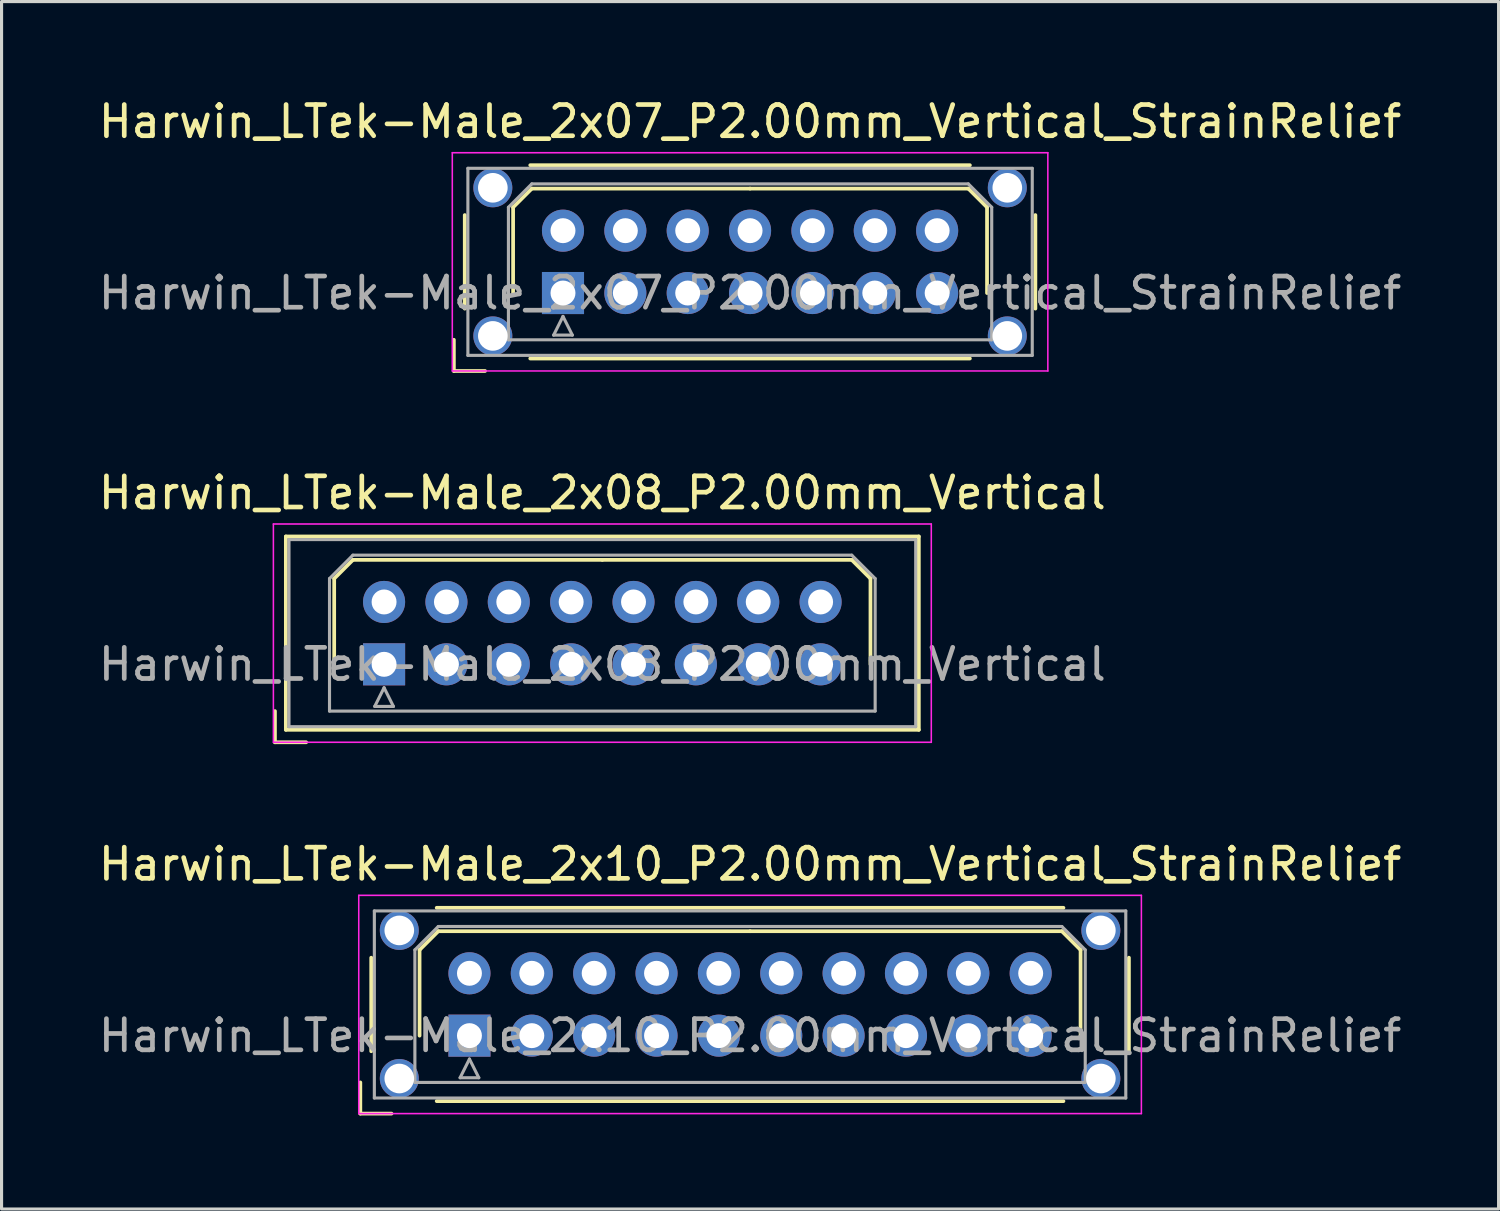
<source format=kicad_pcb>
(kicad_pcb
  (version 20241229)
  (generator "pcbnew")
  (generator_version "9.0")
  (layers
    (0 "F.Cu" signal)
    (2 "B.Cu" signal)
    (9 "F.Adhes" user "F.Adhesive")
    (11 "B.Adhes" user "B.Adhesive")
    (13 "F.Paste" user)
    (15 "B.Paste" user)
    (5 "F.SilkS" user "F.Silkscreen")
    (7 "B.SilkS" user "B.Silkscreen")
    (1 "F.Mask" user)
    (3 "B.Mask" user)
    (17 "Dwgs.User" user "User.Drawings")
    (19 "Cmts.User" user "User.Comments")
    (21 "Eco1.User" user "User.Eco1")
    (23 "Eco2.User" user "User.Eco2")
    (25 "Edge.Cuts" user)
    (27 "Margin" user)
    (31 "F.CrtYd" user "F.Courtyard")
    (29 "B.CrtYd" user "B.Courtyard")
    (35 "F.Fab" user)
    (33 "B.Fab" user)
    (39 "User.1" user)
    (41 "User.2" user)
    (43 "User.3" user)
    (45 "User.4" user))
  (footprint "Harwin_LTek-Male_2x07_P2.00mm_Vertical_StrainRelief"
    (layer "F.Cu")
    (at 15.006 6.348)
    (property "Reference" "Harwin_LTek-Male_2x07_P2.00mm_Vertical_StrainRelief" (at 6 -5.5 0) (layer "F.SilkS") (effects (font (size 1 1) (thickness 0.15))))
    (attr through_hole)
    (fp_line (start -3.5 1.5) (end -3.5 2.5) (stroke (width 0.12) (type solid)) (layer "F.SilkS"))
    (fp_line (start -3.5 2.5) (end -2.5 2.5) (stroke (width 0.12) (type solid)) (layer "F.SilkS"))
    (fp_line (start -3.15 -2.5) (end -3.15 0.5) (stroke (width 0.12) (type solid)) (layer "F.SilkS"))
    (fp_line (start -1.6 -2.75) (end -1 -3.35) (stroke (width 0.12) (type solid)) (layer "F.SilkS"))
    (fp_line (start -1.6 0) (end -1.6 -2.75) (stroke (width 0.12) (type solid)) (layer "F.SilkS"))
    (fp_line (start -1.05 -4.1) (end 13.05 -4.1) (stroke (width 0.12) (type solid)) (layer "F.SilkS"))
    (fp_line (start -1.05 2.1) (end 13.05 2.1) (stroke (width 0.12) (type solid)) (layer "F.SilkS"))
    (fp_line (start -1 -3.35) (end 6 -3.35) (stroke (width 0.12) (type solid)) (layer "F.SilkS"))
    (fp_line (start 13 -3.35) (end 6 -3.35) (stroke (width 0.12) (type solid)) (layer "F.SilkS"))
    (fp_line (start 13.6 -2.75) (end 13 -3.35) (stroke (width 0.12) (type solid)) (layer "F.SilkS"))
    (fp_line (start 13.6 0) (end 13.6 -2.75) (stroke (width 0.12) (type solid)) (layer "F.SilkS"))
    (fp_line (start 15.15 -2.5) (end 15.15 0.5) (stroke (width 0.12) (type solid)) (layer "F.SilkS"))
    (fp_line (start -3.55 -4.5) (end -3.55 2.5) (stroke (width 0.05) (type solid)) (layer "F.CrtYd"))
    (fp_line (start -3.55 2.5) (end 15.55 2.5) (stroke (width 0.05) (type solid)) (layer "F.CrtYd"))
    (fp_line (start 15.55 -4.5) (end -3.55 -4.5) (stroke (width 0.05) (type solid)) (layer "F.CrtYd"))
    (fp_line (start 15.55 2.5) (end 15.55 -4.5) (stroke (width 0.05) (type solid)) (layer "F.CrtYd"))
    (fp_line (start -3.05 -4) (end -3.05 2) (stroke (width 0.1) (type solid)) (layer "F.Fab"))
    (fp_line (start -3.05 2) (end 15.05 2) (stroke (width 0.1) (type solid)) (layer "F.Fab"))
    (fp_line (start -1.75 -2.75) (end -1 -3.5) (stroke (width 0.1) (type solid)) (layer "F.Fab"))
    (fp_line (start -1.75 1.5) (end -1.75 -2.75) (stroke (width 0.1) (type solid)) (layer "F.Fab"))
    (fp_line (start -1 -3.5) (end 13 -3.5) (stroke (width 0.1) (type solid)) (layer "F.Fab"))
    (fp_line (start -0.3 1.35) (end 0.3 1.35) (stroke (width 0.1) (type solid)) (layer "F.Fab"))
    (fp_line (start 0 0.75) (end -0.3 1.35) (stroke (width 0.1) (type solid)) (layer "F.Fab"))
    (fp_line (start 0.3 1.35) (end 0 0.75) (stroke (width 0.1) (type solid)) (layer "F.Fab"))
    (fp_line (start 13 -3.5) (end 13.75 -2.75) (stroke (width 0.1) (type solid)) (layer "F.Fab"))
    (fp_line (start 13.75 -2.75) (end 13.75 1.5) (stroke (width 0.1) (type solid)) (layer "F.Fab"))
    (fp_line (start 13.75 1.5) (end -1.75 1.5) (stroke (width 0.1) (type solid)) (layer "F.Fab"))
    (fp_line (start 15.05 -4) (end -3.05 -4) (stroke (width 0.1) (type solid)) (layer "F.Fab"))
    (fp_line (start 15.05 2) (end 15.05 -4) (stroke (width 0.1) (type solid)) (layer "F.Fab"))
    (fp_text user "${REFERENCE}" (at 6 0 0) (layer "F.Fab") (effects (font (size 1 1) (thickness 0.15))))
    (pad "" thru_hole circle (at -2.25 -3.375) (size 1.25 1.25) (drill 0.95) (layers "*.Cu" "*.Mask"))
    (pad "" thru_hole circle (at -2.25 1.375) (size 1.25 1.25) (drill 0.95) (layers "*.Cu" "*.Mask"))
    (pad "" thru_hole circle (at 14.25 -3.375) (size 1.25 1.25) (drill 0.95) (layers "*.Cu" "*.Mask"))
    (pad "" thru_hole circle (at 14.25 1.375) (size 1.25 1.25) (drill 0.95) (layers "*.Cu" "*.Mask"))
    (pad "1" thru_hole rect (at 0 0) (size 1.35 1.35) (drill 0.8) (layers "*.Cu" "*.Mask"))
    (pad "2" thru_hole circle (at 0 -2) (size 1.35 1.35) (drill 0.8) (layers "*.Cu" "*.Mask"))
    (pad "3" thru_hole circle (at 2 0) (size 1.35 1.35) (drill 0.8) (layers "*.Cu" "*.Mask"))
    (pad "4" thru_hole circle (at 2 -2) (size 1.35 1.35) (drill 0.8) (layers "*.Cu" "*.Mask"))
    (pad "5" thru_hole circle (at 4 0) (size 1.35 1.35) (drill 0.8) (layers "*.Cu" "*.Mask"))
    (pad "6" thru_hole circle (at 4 -2) (size 1.35 1.35) (drill 0.8) (layers "*.Cu" "*.Mask"))
    (pad "7" thru_hole circle (at 6 0) (size 1.35 1.35) (drill 0.8) (layers "*.Cu" "*.Mask"))
    (pad "8" thru_hole circle (at 6 -2) (size 1.35 1.35) (drill 0.8) (layers "*.Cu" "*.Mask"))
    (pad "9" thru_hole circle (at 8 0) (size 1.35 1.35) (drill 0.8) (layers "*.Cu" "*.Mask"))
    (pad "10" thru_hole circle (at 8 -2) (size 1.35 1.35) (drill 0.8) (layers "*.Cu" "*.Mask"))
    (pad "11" thru_hole circle (at 10 0) (size 1.35 1.35) (drill 0.8) (layers "*.Cu" "*.Mask"))
    (pad "12" thru_hole circle (at 10 -2) (size 1.35 1.35) (drill 0.8) (layers "*.Cu" "*.Mask"))
    (pad "13" thru_hole circle (at 12 0) (size 1.35 1.35) (drill 0.8) (layers "*.Cu" "*.Mask"))
    (pad "14" thru_hole circle (at 12 -2) (size 1.35 1.35) (drill 0.8) (layers "*.Cu" "*.Mask")))
  (footprint "Harwin_LTek-Male_2x08_P2.00mm_Vertical"
    (layer "F.Cu")
    (at 9.268 18.256)
    (property "Reference" "Harwin_LTek-Male_2x08_P2.00mm_Vertical" (at 7 -5.5 0) (layer "F.SilkS") (effects (font (size 1 1) (thickness 0.15))))
    (attr through_hole)
    (fp_line (start -3.5 1.5) (end -3.5 2.5) (stroke (width 0.12) (type solid)) (layer "F.SilkS"))
    (fp_line (start -3.5 2.5) (end -2.5 2.5) (stroke (width 0.12) (type solid)) (layer "F.SilkS"))
    (fp_line (start -3.15 -4.1) (end -3.15 2.1) (stroke (width 0.12) (type solid)) (layer "F.SilkS"))
    (fp_line (start -3.15 2.1) (end 17.15 2.1) (stroke (width 0.12) (type solid)) (layer "F.SilkS"))
    (fp_line (start -1.6 -2.75) (end -1 -3.35) (stroke (width 0.12) (type solid)) (layer "F.SilkS"))
    (fp_line (start -1.6 0) (end -1.6 -2.75) (stroke (width 0.12) (type solid)) (layer "F.SilkS"))
    (fp_line (start -1 -3.35) (end 7 -3.35) (stroke (width 0.12) (type solid)) (layer "F.SilkS"))
    (fp_line (start 15 -3.35) (end 7 -3.35) (stroke (width 0.12) (type solid)) (layer "F.SilkS"))
    (fp_line (start 15.6 -2.75) (end 15 -3.35) (stroke (width 0.12) (type solid)) (layer "F.SilkS"))
    (fp_line (start 15.6 0) (end 15.6 -2.75) (stroke (width 0.12) (type solid)) (layer "F.SilkS"))
    (fp_line (start 17.15 -4.1) (end -3.15 -4.1) (stroke (width 0.12) (type solid)) (layer "F.SilkS"))
    (fp_line (start 17.15 2.1) (end 17.15 -4.1) (stroke (width 0.12) (type solid)) (layer "F.SilkS"))
    (fp_line (start -3.55 -4.5) (end -3.55 2.5) (stroke (width 0.05) (type solid)) (layer "F.CrtYd"))
    (fp_line (start -3.55 2.5) (end 17.55 2.5) (stroke (width 0.05) (type solid)) (layer "F.CrtYd"))
    (fp_line (start 17.55 -4.5) (end -3.55 -4.5) (stroke (width 0.05) (type solid)) (layer "F.CrtYd"))
    (fp_line (start 17.55 2.5) (end 17.55 -4.5) (stroke (width 0.05) (type solid)) (layer "F.CrtYd"))
    (fp_line (start -3.05 -4) (end -3.05 2) (stroke (width 0.1) (type solid)) (layer "F.Fab"))
    (fp_line (start -3.05 2) (end 17.05 2) (stroke (width 0.1) (type solid)) (layer "F.Fab"))
    (fp_line (start -1.75 -2.75) (end -1 -3.5) (stroke (width 0.1) (type solid)) (layer "F.Fab"))
    (fp_line (start -1.75 1.5) (end -1.75 -2.75) (stroke (width 0.1) (type solid)) (layer "F.Fab"))
    (fp_line (start -1 -3.5) (end 15 -3.5) (stroke (width 0.1) (type solid)) (layer "F.Fab"))
    (fp_line (start -0.3 1.35) (end 0.3 1.35) (stroke (width 0.1) (type solid)) (layer "F.Fab"))
    (fp_line (start 0 0.75) (end -0.3 1.35) (stroke (width 0.1) (type solid)) (layer "F.Fab"))
    (fp_line (start 0.3 1.35) (end 0 0.75) (stroke (width 0.1) (type solid)) (layer "F.Fab"))
    (fp_line (start 15 -3.5) (end 15.75 -2.75) (stroke (width 0.1) (type solid)) (layer "F.Fab"))
    (fp_line (start 15.75 -2.75) (end 15.75 1.5) (stroke (width 0.1) (type solid)) (layer "F.Fab"))
    (fp_line (start 15.75 1.5) (end -1.75 1.5) (stroke (width 0.1) (type solid)) (layer "F.Fab"))
    (fp_line (start 17.05 -4) (end -3.05 -4) (stroke (width 0.1) (type solid)) (layer "F.Fab"))
    (fp_line (start 17.05 2) (end 17.05 -4) (stroke (width 0.1) (type solid)) (layer "F.Fab"))
    (fp_text user "${REFERENCE}" (at 7 0 0) (layer "F.Fab") (effects (font (size 1 1) (thickness 0.15))))
    (pad "1" thru_hole rect (at 0 0) (size 1.35 1.35) (drill 0.8) (layers "*.Cu" "*.Mask"))
    (pad "2" thru_hole circle (at 0 -2) (size 1.35 1.35) (drill 0.8) (layers "*.Cu" "*.Mask"))
    (pad "3" thru_hole circle (at 2 0) (size 1.35 1.35) (drill 0.8) (layers "*.Cu" "*.Mask"))
    (pad "4" thru_hole circle (at 2 -2) (size 1.35 1.35) (drill 0.8) (layers "*.Cu" "*.Mask"))
    (pad "5" thru_hole circle (at 4 0) (size 1.35 1.35) (drill 0.8) (layers "*.Cu" "*.Mask"))
    (pad "6" thru_hole circle (at 4 -2) (size 1.35 1.35) (drill 0.8) (layers "*.Cu" "*.Mask"))
    (pad "7" thru_hole circle (at 6 0) (size 1.35 1.35) (drill 0.8) (layers "*.Cu" "*.Mask"))
    (pad "8" thru_hole circle (at 6 -2) (size 1.35 1.35) (drill 0.8) (layers "*.Cu" "*.Mask"))
    (pad "9" thru_hole circle (at 8 0) (size 1.35 1.35) (drill 0.8) (layers "*.Cu" "*.Mask"))
    (pad "10" thru_hole circle (at 8 -2) (size 1.35 1.35) (drill 0.8) (layers "*.Cu" "*.Mask"))
    (pad "11" thru_hole circle (at 10 0) (size 1.35 1.35) (drill 0.8) (layers "*.Cu" "*.Mask"))
    (pad "12" thru_hole circle (at 10 -2) (size 1.35 1.35) (drill 0.8) (layers "*.Cu" "*.Mask"))
    (pad "13" thru_hole circle (at 12 0) (size 1.35 1.35) (drill 0.8) (layers "*.Cu" "*.Mask"))
    (pad "14" thru_hole circle (at 12 -2) (size 1.35 1.35) (drill 0.8) (layers "*.Cu" "*.Mask"))
    (pad "15" thru_hole circle (at 14 0) (size 1.35 1.35) (drill 0.8) (layers "*.Cu" "*.Mask"))
    (pad "16" thru_hole circle (at 14 -2) (size 1.35 1.35) (drill 0.8) (layers "*.Cu" "*.Mask")))
  (footprint "Harwin_LTek-Male_2x10_P2.00mm_Vertical_StrainRelief"
    (layer "F.Cu")
    (at 12.006 30.165)
    (property "Reference" "Harwin_LTek-Male_2x10_P2.00mm_Vertical_StrainRelief" (at 9 -5.5 0) (layer "F.SilkS") (effects (font (size 1 1) (thickness 0.15))))
    (attr through_hole)
    (fp_line (start -3.5 1.5) (end -3.5 2.5) (stroke (width 0.12) (type solid)) (layer "F.SilkS"))
    (fp_line (start -3.5 2.5) (end -2.5 2.5) (stroke (width 0.12) (type solid)) (layer "F.SilkS"))
    (fp_line (start -3.15 -2.5) (end -3.15 0.5) (stroke (width 0.12) (type solid)) (layer "F.SilkS"))
    (fp_line (start -1.6 -2.75) (end -1 -3.35) (stroke (width 0.12) (type solid)) (layer "F.SilkS"))
    (fp_line (start -1.6 0) (end -1.6 -2.75) (stroke (width 0.12) (type solid)) (layer "F.SilkS"))
    (fp_line (start -1.05 -4.1) (end 19.05 -4.1) (stroke (width 0.12) (type solid)) (layer "F.SilkS"))
    (fp_line (start -1.05 2.1) (end 19.05 2.1) (stroke (width 0.12) (type solid)) (layer "F.SilkS"))
    (fp_line (start -1 -3.35) (end 9 -3.35) (stroke (width 0.12) (type solid)) (layer "F.SilkS"))
    (fp_line (start 19 -3.35) (end 9 -3.35) (stroke (width 0.12) (type solid)) (layer "F.SilkS"))
    (fp_line (start 19.6 -2.75) (end 19 -3.35) (stroke (width 0.12) (type solid)) (layer "F.SilkS"))
    (fp_line (start 19.6 0) (end 19.6 -2.75) (stroke (width 0.12) (type solid)) (layer "F.SilkS"))
    (fp_line (start 21.15 -2.5) (end 21.15 0.5) (stroke (width 0.12) (type solid)) (layer "F.SilkS"))
    (fp_line (start -3.55 -4.5) (end -3.55 2.5) (stroke (width 0.05) (type solid)) (layer "F.CrtYd"))
    (fp_line (start -3.55 2.5) (end 21.55 2.5) (stroke (width 0.05) (type solid)) (layer "F.CrtYd"))
    (fp_line (start 21.55 -4.5) (end -3.55 -4.5) (stroke (width 0.05) (type solid)) (layer "F.CrtYd"))
    (fp_line (start 21.55 2.5) (end 21.55 -4.5) (stroke (width 0.05) (type solid)) (layer "F.CrtYd"))
    (fp_line (start -3.05 -4) (end -3.05 2) (stroke (width 0.1) (type solid)) (layer "F.Fab"))
    (fp_line (start -3.05 2) (end 21.05 2) (stroke (width 0.1) (type solid)) (layer "F.Fab"))
    (fp_line (start -1.75 -2.75) (end -1 -3.5) (stroke (width 0.1) (type solid)) (layer "F.Fab"))
    (fp_line (start -1.75 1.5) (end -1.75 -2.75) (stroke (width 0.1) (type solid)) (layer "F.Fab"))
    (fp_line (start -1 -3.5) (end 19 -3.5) (stroke (width 0.1) (type solid)) (layer "F.Fab"))
    (fp_line (start -0.3 1.35) (end 0.3 1.35) (stroke (width 0.1) (type solid)) (layer "F.Fab"))
    (fp_line (start 0 0.75) (end -0.3 1.35) (stroke (width 0.1) (type solid)) (layer "F.Fab"))
    (fp_line (start 0.3 1.35) (end 0 0.75) (stroke (width 0.1) (type solid)) (layer "F.Fab"))
    (fp_line (start 19 -3.5) (end 19.75 -2.75) (stroke (width 0.1) (type solid)) (layer "F.Fab"))
    (fp_line (start 19.75 -2.75) (end 19.75 1.5) (stroke (width 0.1) (type solid)) (layer "F.Fab"))
    (fp_line (start 19.75 1.5) (end -1.75 1.5) (stroke (width 0.1) (type solid)) (layer "F.Fab"))
    (fp_line (start 21.05 -4) (end -3.05 -4) (stroke (width 0.1) (type solid)) (layer "F.Fab"))
    (fp_line (start 21.05 2) (end 21.05 -4) (stroke (width 0.1) (type solid)) (layer "F.Fab"))
    (fp_text user "${REFERENCE}" (at 9 0 0) (layer "F.Fab") (effects (font (size 1 1) (thickness 0.15))))
    (pad "" thru_hole circle (at -2.25 -3.375) (size 1.25 1.25) (drill 0.95) (layers "*.Cu" "*.Mask"))
    (pad "" thru_hole circle (at -2.25 1.375) (size 1.25 1.25) (drill 0.95) (layers "*.Cu" "*.Mask"))
    (pad "" thru_hole circle (at 20.25 -3.375) (size 1.25 1.25) (drill 0.95) (layers "*.Cu" "*.Mask"))
    (pad "" thru_hole circle (at 20.25 1.375) (size 1.25 1.25) (drill 0.95) (layers "*.Cu" "*.Mask"))
    (pad "1" thru_hole rect (at 0 0) (size 1.35 1.35) (drill 0.8) (layers "*.Cu" "*.Mask"))
    (pad "2" thru_hole circle (at 0 -2) (size 1.35 1.35) (drill 0.8) (layers "*.Cu" "*.Mask"))
    (pad "3" thru_hole circle (at 2 0) (size 1.35 1.35) (drill 0.8) (layers "*.Cu" "*.Mask"))
    (pad "4" thru_hole circle (at 2 -2) (size 1.35 1.35) (drill 0.8) (layers "*.Cu" "*.Mask"))
    (pad "5" thru_hole circle (at 4 0) (size 1.35 1.35) (drill 0.8) (layers "*.Cu" "*.Mask"))
    (pad "6" thru_hole circle (at 4 -2) (size 1.35 1.35) (drill 0.8) (layers "*.Cu" "*.Mask"))
    (pad "7" thru_hole circle (at 6 0) (size 1.35 1.35) (drill 0.8) (layers "*.Cu" "*.Mask"))
    (pad "8" thru_hole circle (at 6 -2) (size 1.35 1.35) (drill 0.8) (layers "*.Cu" "*.Mask"))
    (pad "9" thru_hole circle (at 8 0) (size 1.35 1.35) (drill 0.8) (layers "*.Cu" "*.Mask"))
    (pad "10" thru_hole circle (at 8 -2) (size 1.35 1.35) (drill 0.8) (layers "*.Cu" "*.Mask"))
    (pad "11" thru_hole circle (at 10 0) (size 1.35 1.35) (drill 0.8) (layers "*.Cu" "*.Mask"))
    (pad "12" thru_hole circle (at 10 -2) (size 1.35 1.35) (drill 0.8) (layers "*.Cu" "*.Mask"))
    (pad "13" thru_hole circle (at 12 0) (size 1.35 1.35) (drill 0.8) (layers "*.Cu" "*.Mask"))
    (pad "14" thru_hole circle (at 12 -2) (size 1.35 1.35) (drill 0.8) (layers "*.Cu" "*.Mask"))
    (pad "15" thru_hole circle (at 14 0) (size 1.35 1.35) (drill 0.8) (layers "*.Cu" "*.Mask"))
    (pad "16" thru_hole circle (at 14 -2) (size 1.35 1.35) (drill 0.8) (layers "*.Cu" "*.Mask"))
    (pad "17" thru_hole circle (at 16 0) (size 1.35 1.35) (drill 0.8) (layers "*.Cu" "*.Mask"))
    (pad "18" thru_hole circle (at 16 -2) (size 1.35 1.35) (drill 0.8) (layers "*.Cu" "*.Mask"))
    (pad "19" thru_hole circle (at 18 0) (size 1.35 1.35) (drill 0.8) (layers "*.Cu" "*.Mask"))
    (pad "20" thru_hole circle (at 18 -2) (size 1.35 1.35) (drill 0.8) (layers "*.Cu" "*.Mask")))
  (gr_rect
    (start -3 -3)
    (end 45.012 35.725)
    (stroke (width 0.1) (type default))
    (fill no)
    (layer "Edge.Cuts")))
</source>
